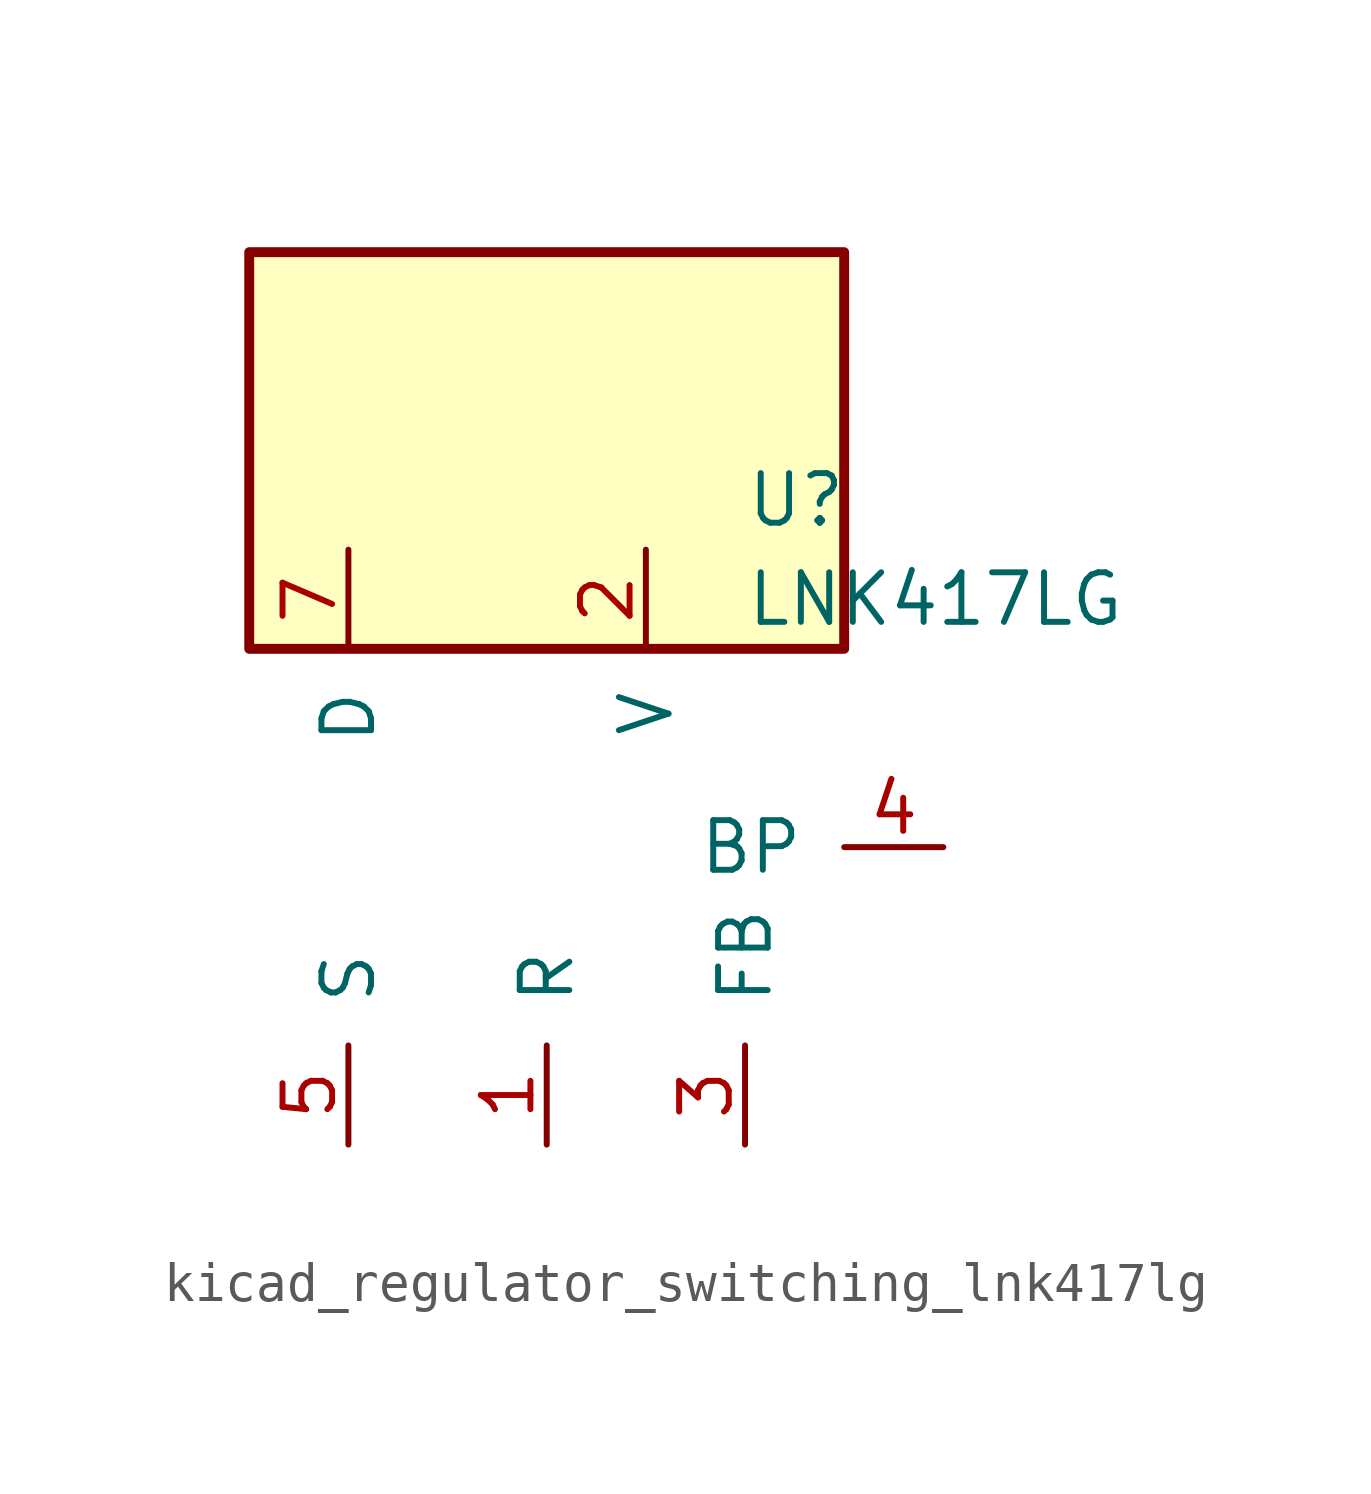
<source format=kicad_sym>
(kicad_symbol_lib
  (version 20220914)
  (generator kicad_symbol_editor)
  (symbol "kicad_regulator_switching_lnk417lg"
    (pin_names
      (offset 1.016))
    (property "Reference" "U"
      (at 5.08 8.89 0)
      (effects (font (size 1.27 1.27)) (justify left)))
    (property "Value" "LNK417LG"
      (at 5.08 6.35 0)
      (effects (font (size 1.27 1.27)) (justify left)))
    (symbol "kicad_regulator_switching_lnk417lg_0_1"
      (rectangle (start 7.62 15.24) (end -7.62 5.08) (stroke (width 0.254) (type default)) (fill (type background))))
    (symbol "kicad_regulator_switching_lnk417lg_1_1"
      (pin input line (at 0 -7.62 90) (length 2.54) (name "R" (effects (font (size 1.27 1.27)))) (number "1" (effects (font (size 1.27 1.27)))))
      (pin input line (at 2.54 7.62 270) (length 2.54) (name "V" (effects (font (size 1.27 1.27)))) (number "2" (effects (font (size 1.27 1.27)))))
      (pin input line (at 5.08 -7.62 90) (length 2.54) (name "FB" (effects (font (size 1.27 1.27)))) (number "3" (effects (font (size 1.27 1.27)))))
      (pin input line (at 10.16 0 180) (length 2.54) (name "BP" (effects (font (size 1.27 1.27)))) (number "4" (effects (font (size 1.27 1.27)))))
      (pin power_in line (at -5.08 -7.62 90) (length 2.54) (name "S" (effects (font (size 1.27 1.27)))) (number "5" (effects (font (size 1.27 1.27)))))
      (pin open_collector line (at -5.08 7.62 270) (length 2.54) (name "D" (effects (font (size 1.27 1.27)))) (number "7" (effects (font (size 1.27 1.27))))))))
</source>
